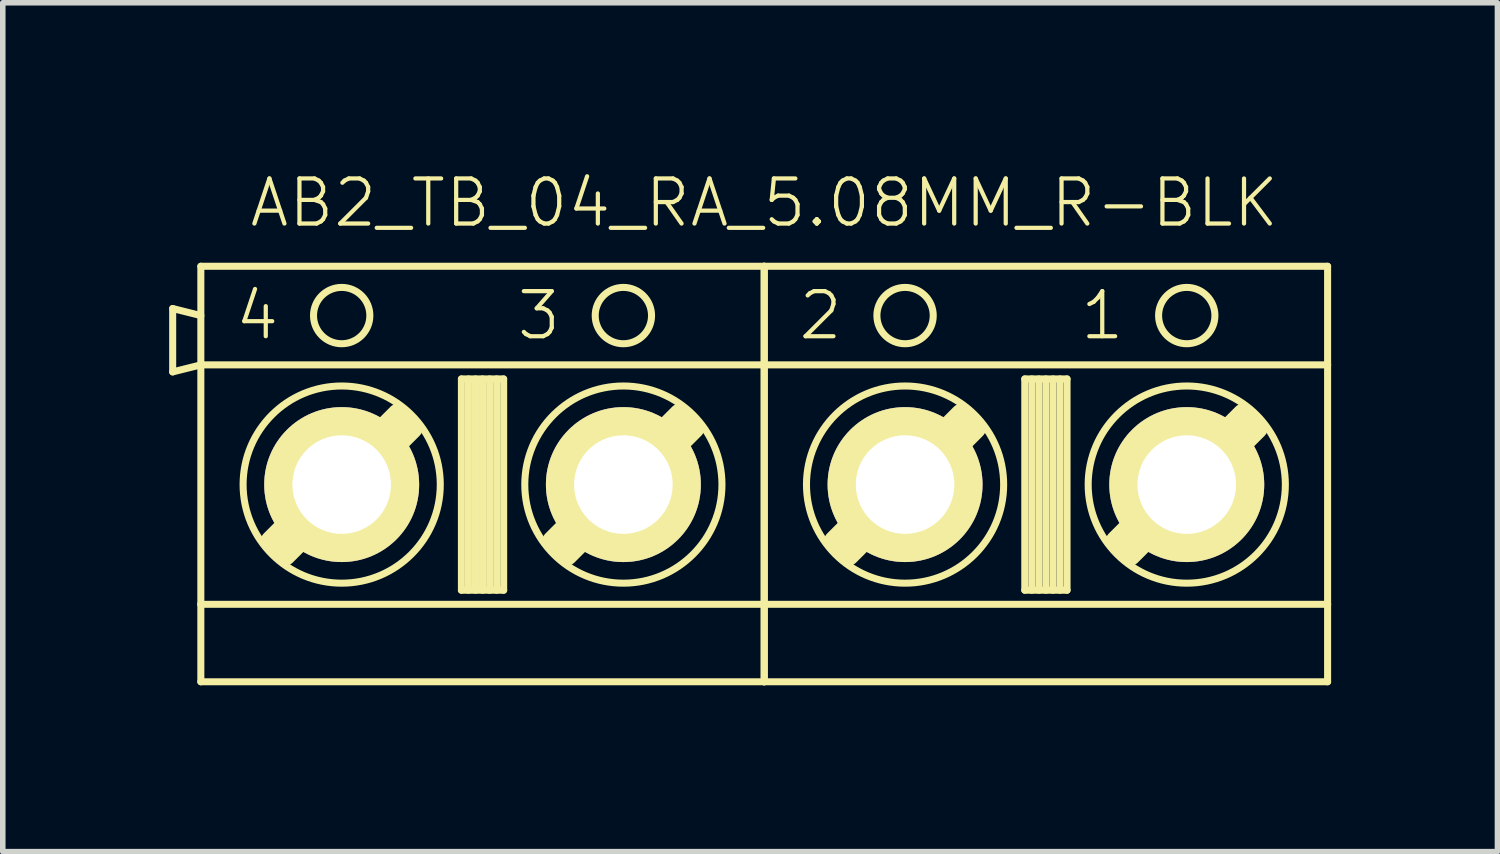
<source format=kicad_pcb>
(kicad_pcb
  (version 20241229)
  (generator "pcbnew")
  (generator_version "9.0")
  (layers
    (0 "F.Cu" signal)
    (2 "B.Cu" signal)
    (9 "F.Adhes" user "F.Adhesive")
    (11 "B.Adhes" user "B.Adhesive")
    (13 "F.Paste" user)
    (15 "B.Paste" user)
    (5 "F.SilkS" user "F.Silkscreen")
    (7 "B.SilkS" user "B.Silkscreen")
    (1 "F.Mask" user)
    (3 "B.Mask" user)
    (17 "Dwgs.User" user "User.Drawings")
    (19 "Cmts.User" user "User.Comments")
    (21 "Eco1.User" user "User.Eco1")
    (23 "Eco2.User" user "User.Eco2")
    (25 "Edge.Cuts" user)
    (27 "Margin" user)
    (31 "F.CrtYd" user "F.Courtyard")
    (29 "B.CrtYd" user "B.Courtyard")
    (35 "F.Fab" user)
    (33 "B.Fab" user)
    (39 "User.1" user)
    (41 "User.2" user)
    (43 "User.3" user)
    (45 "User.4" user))
  (footprint "AB2_TB_04_RA_5.08MM_R-BLK"
    (layer "F.Cu")
    (at 10.732 5.689)
    (property "Reference" "AB2_TB_04_RA_5.08MM_R-BLK" (at 0 -5.08 0) (layer "F.SilkS") (effects (font (size 0.813 0.813) (thickness 0.076))))
    (attr through_hole)
    (fp_line (start -10.668 -3.175) (end -10.16 -3.048) (stroke (width 0.127) (type solid)) (layer "F.SilkS"))
    (fp_line (start -10.668 -2.032) (end -10.668 -3.175) (stroke (width 0.127) (type solid)) (layer "F.SilkS"))
    (fp_line (start -10.16 -3.937) (end 0 -3.937) (stroke (width 0.127) (type solid)) (layer "F.SilkS"))
    (fp_line (start -10.16 -2.159) (end -10.668 -2.032) (stroke (width 0.127) (type solid)) (layer "F.SilkS"))
    (fp_line (start -10.16 -2.159) (end -10.16 -3.937) (stroke (width 0.127) (type solid)) (layer "F.SilkS"))
    (fp_line (start -10.16 -2.159) (end 0 -2.159) (stroke (width 0.127) (type solid)) (layer "F.SilkS"))
    (fp_line (start -10.16 2.159) (end -10.16 -2.159) (stroke (width 0.127) (type solid)) (layer "F.SilkS"))
    (fp_line (start -10.16 2.159) (end -10.16 3.556) (stroke (width 0.127) (type solid)) (layer "F.SilkS"))
    (fp_line (start -10.16 3.556) (end 0 3.556) (stroke (width 0.127) (type solid)) (layer "F.SilkS"))
    (fp_line (start -8.89 1.016) (end -6.604 -1.27) (stroke (width 0.381) (type solid)) (layer "F.SilkS"))
    (fp_line (start -8.763 1.143) (end -6.477 -1.143) (stroke (width 0.381) (type solid)) (layer "F.SilkS"))
    (fp_line (start -6.35 -1.016) (end -8.636 1.27) (stroke (width 0.381) (type solid)) (layer "F.SilkS"))
    (fp_line (start -5.461 -1.905) (end -4.699 -1.905) (stroke (width 0.127) (type solid)) (layer "F.SilkS"))
    (fp_line (start -5.461 1.905) (end -5.461 -1.905) (stroke (width 0.127) (type solid)) (layer "F.SilkS"))
    (fp_line (start -5.334 -1.905) (end -5.334 1.905) (stroke (width 0.127) (type solid)) (layer "F.SilkS"))
    (fp_line (start -5.207 -1.905) (end -5.207 1.905) (stroke (width 0.127) (type solid)) (layer "F.SilkS"))
    (fp_line (start -5.08 -1.905) (end -5.08 1.905) (stroke (width 0.127) (type solid)) (layer "F.SilkS"))
    (fp_line (start -4.953 -1.905) (end -4.953 1.905) (stroke (width 0.127) (type solid)) (layer "F.SilkS"))
    (fp_line (start -4.826 -1.905) (end -4.826 1.905) (stroke (width 0.127) (type solid)) (layer "F.SilkS"))
    (fp_line (start -4.699 -1.905) (end -4.699 1.905) (stroke (width 0.127) (type solid)) (layer "F.SilkS"))
    (fp_line (start -4.699 1.905) (end -5.461 1.905) (stroke (width 0.127) (type solid)) (layer "F.SilkS"))
    (fp_line (start -3.81 1.016) (end -1.524 -1.27) (stroke (width 0.381) (type solid)) (layer "F.SilkS"))
    (fp_line (start -3.683 1.143) (end -1.397 -1.143) (stroke (width 0.381) (type solid)) (layer "F.SilkS"))
    (fp_line (start -1.27 -1.016) (end -3.556 1.27) (stroke (width 0.381) (type solid)) (layer "F.SilkS"))
    (fp_line (start 0 -3.937) (end 0 -2.159) (stroke (width 0.127) (type solid)) (layer "F.SilkS"))
    (fp_line (start 0 -3.937) (end 10.16 -3.937) (stroke (width 0.127) (type solid)) (layer "F.SilkS"))
    (fp_line (start 0 -2.159) (end 0 -3.937) (stroke (width 0.127) (type solid)) (layer "F.SilkS"))
    (fp_line (start 0 -2.159) (end 0 2.159) (stroke (width 0.127) (type solid)) (layer "F.SilkS"))
    (fp_line (start 0 -2.159) (end 10.16 -2.159) (stroke (width 0.127) (type solid)) (layer "F.SilkS"))
    (fp_line (start 0 2.159) (end -10.16 2.159) (stroke (width 0.127) (type solid)) (layer "F.SilkS"))
    (fp_line (start 0 2.159) (end 0 -2.159) (stroke (width 0.127) (type solid)) (layer "F.SilkS"))
    (fp_line (start 0 2.159) (end 0 3.556) (stroke (width 0.127) (type solid)) (layer "F.SilkS"))
    (fp_line (start 0 3.556) (end 0 2.159) (stroke (width 0.127) (type solid)) (layer "F.SilkS"))
    (fp_line (start 0 3.556) (end 10.16 3.556) (stroke (width 0.127) (type solid)) (layer "F.SilkS"))
    (fp_line (start 1.27 1.016) (end 3.556 -1.27) (stroke (width 0.381) (type solid)) (layer "F.SilkS"))
    (fp_line (start 1.397 1.143) (end 3.683 -1.143) (stroke (width 0.381) (type solid)) (layer "F.SilkS"))
    (fp_line (start 3.81 -1.016) (end 1.524 1.27) (stroke (width 0.381) (type solid)) (layer "F.SilkS"))
    (fp_line (start 4.699 -1.905) (end 5.461 -1.905) (stroke (width 0.127) (type solid)) (layer "F.SilkS"))
    (fp_line (start 4.699 1.905) (end 4.699 -1.905) (stroke (width 0.127) (type solid)) (layer "F.SilkS"))
    (fp_line (start 4.826 -1.905) (end 4.826 1.905) (stroke (width 0.127) (type solid)) (layer "F.SilkS"))
    (fp_line (start 4.953 -1.905) (end 4.953 1.905) (stroke (width 0.127) (type solid)) (layer "F.SilkS"))
    (fp_line (start 5.08 -1.905) (end 5.08 1.905) (stroke (width 0.127) (type solid)) (layer "F.SilkS"))
    (fp_line (start 5.207 -1.905) (end 5.207 1.905) (stroke (width 0.127) (type solid)) (layer "F.SilkS"))
    (fp_line (start 5.334 -1.905) (end 5.334 1.905) (stroke (width 0.127) (type solid)) (layer "F.SilkS"))
    (fp_line (start 5.461 -1.905) (end 5.461 1.905) (stroke (width 0.127) (type solid)) (layer "F.SilkS"))
    (fp_line (start 5.461 1.905) (end 4.699 1.905) (stroke (width 0.127) (type solid)) (layer "F.SilkS"))
    (fp_line (start 6.35 1.016) (end 8.636 -1.27) (stroke (width 0.381) (type solid)) (layer "F.SilkS"))
    (fp_line (start 6.477 1.143) (end 8.763 -1.143) (stroke (width 0.381) (type solid)) (layer "F.SilkS"))
    (fp_line (start 8.89 -1.016) (end 6.604 1.27) (stroke (width 0.381) (type solid)) (layer "F.SilkS"))
    (fp_line (start 10.16 -3.937) (end 10.16 -2.159) (stroke (width 0.127) (type solid)) (layer "F.SilkS"))
    (fp_line (start 10.16 -2.159) (end 10.16 2.159) (stroke (width 0.127) (type solid)) (layer "F.SilkS"))
    (fp_line (start 10.16 2.159) (end 0 2.159) (stroke (width 0.127) (type solid)) (layer "F.SilkS"))
    (fp_line (start 10.16 3.556) (end 10.16 2.159) (stroke (width 0.127) (type solid)) (layer "F.SilkS"))
    (fp_circle (center -7.62 -3.048) (end -7.62 -3.556) (stroke (width 0.127) (type solid)) (fill no) (layer "F.SilkS"))
    (fp_circle (center -7.62 0) (end -7.62 -1.778) (stroke (width 0.127) (type solid)) (fill no) (layer "F.SilkS"))
    (fp_circle (center -2.54 -3.048) (end -2.54 -3.556) (stroke (width 0.127) (type solid)) (fill no) (layer "F.SilkS"))
    (fp_circle (center -2.54 0) (end -2.54 -1.778) (stroke (width 0.127) (type solid)) (fill no) (layer "F.SilkS"))
    (fp_circle (center 2.54 -3.048) (end 2.54 -3.556) (stroke (width 0.127) (type solid)) (fill no) (layer "F.SilkS"))
    (fp_circle (center 2.54 0) (end 2.54 -1.778) (stroke (width 0.127) (type solid)) (fill no) (layer "F.SilkS"))
    (fp_circle (center 7.62 -3.048) (end 7.62 -3.556) (stroke (width 0.127) (type solid)) (fill no) (layer "F.SilkS"))
    (fp_circle (center 7.62 0) (end 7.62 -1.778) (stroke (width 0.127) (type solid)) (fill no) (layer "F.SilkS"))
    (fp_text user "2" (at 1.016 -3.048 0) (layer "F.SilkS") (effects (font (size 0.813 0.813) (thickness 0.076))))
    (fp_text user "1" (at 6.096 -3.048 0) (layer "F.SilkS") (effects (font (size 0.813 0.813) (thickness 0.076))))
    (fp_text user "4" (at -9.144 -3.048 0) (layer "F.SilkS") (effects (font (size 0.813 0.813) (thickness 0.076))))
    (fp_text user "3" (at -4.064 -3.048 0) (layer "F.SilkS") (effects (font (size 0.813 0.813) (thickness 0.076))))
    (pad "1" thru_hole circle (at 7.62 0) (size 2.794 2.794) (drill 1.778) (layers "*.Cu" "*.Mask" "F.SilkS"))
    (pad "2" thru_hole circle (at 2.54 0) (size 2.794 2.794) (drill 1.778) (layers "*.Cu" "*.Mask" "F.SilkS"))
    (pad "3" thru_hole circle (at -2.54 0) (size 2.794 2.794) (drill 1.778) (layers "*.Cu" "*.Mask" "F.SilkS"))
    (pad "4" thru_hole circle (at -7.62 0) (size 2.794 2.794) (drill 1.778) (layers "*.Cu" "*.Mask" "F.SilkS")))
  (gr_rect
    (start -3 -3)
    (end 23.955 12.309)
    (stroke (width 0.1) (type default))
    (fill no)
    (layer "Edge.Cuts")))
</source>
